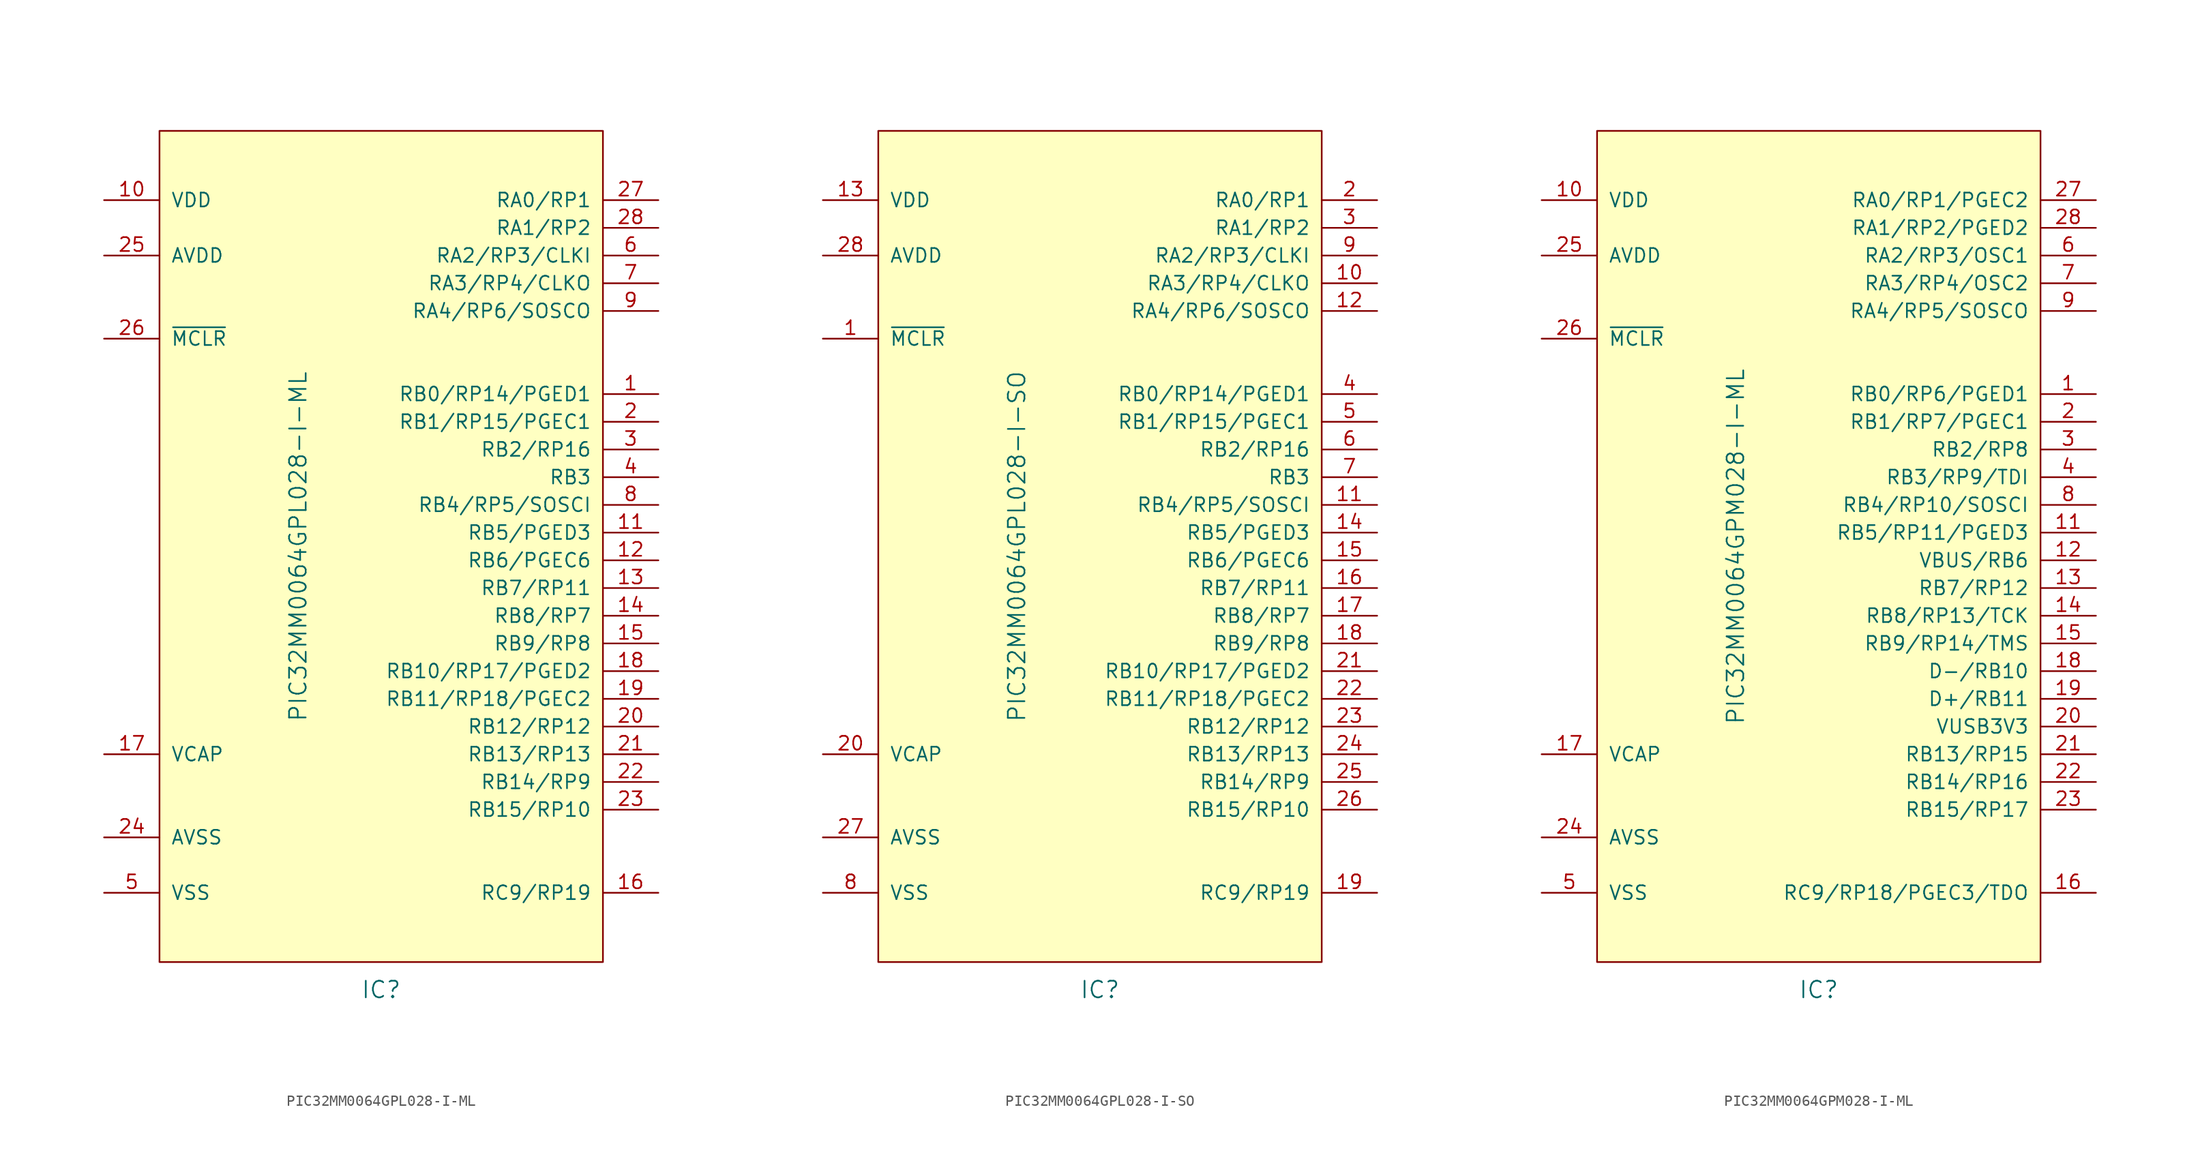
<source format=kicad_sym>
(kicad_symbol_lib
  (version 20220914)
  (generator kicad_symbol_editor)
  (symbol "PIC32MM0064GPL028-I-ML"
    (pin_names
      (offset 1.016))
    (property "Reference" "IC"
      (at 0 -40.64 0)
      (effects (font (size 1.524 1.524))))
    (property "Value" "PIC32MM0064GPL028-I-ML"
      (at -7.62 0 90)
      (effects (font (size 1.524 1.524))))
    (symbol "PIC32MM0064GPL028-I-ML_0_1"
      (rectangle (start -20.32 38.1) (end 20.32 -38.1) (stroke (width 0) (type solid)) (fill (type background))))
    (symbol "PIC32MM0064GPL028-I-ML_1_1"
      (pin output line (at 25.4 13.97 180) (length 5.08) (name "RB0/RP14/PGED1" (effects (font (size 1.27 1.27)))) (number "1" (effects (font (size 1.27 1.27)))))
      (pin power_in line (at -25.4 31.75 0) (length 5.08) (name "VDD" (effects (font (size 1.27 1.27)))) (number "10" (effects (font (size 1.27 1.27)))))
      (pin output line (at 25.4 1.27 180) (length 5.08) (name "RB5/PGED3" (effects (font (size 1.27 1.27)))) (number "11" (effects (font (size 1.27 1.27)))))
      (pin output line (at 25.4 -1.27 180) (length 5.08) (name "RB6/PGEC6" (effects (font (size 1.27 1.27)))) (number "12" (effects (font (size 1.27 1.27)))))
      (pin output line (at 25.4 -3.81 180) (length 5.08) (name "RB7/RP11" (effects (font (size 1.27 1.27)))) (number "13" (effects (font (size 1.27 1.27)))))
      (pin output line (at 25.4 -6.35 180) (length 5.08) (name "RB8/RP7" (effects (font (size 1.27 1.27)))) (number "14" (effects (font (size 1.27 1.27)))))
      (pin output line (at 25.4 -8.89 180) (length 5.08) (name "RB9/RP8" (effects (font (size 1.27 1.27)))) (number "15" (effects (font (size 1.27 1.27)))))
      (pin output line (at 25.4 -31.75 180) (length 5.08) (name "RC9/RP19" (effects (font (size 1.27 1.27)))) (number "16" (effects (font (size 1.27 1.27)))))
      (pin power_out line (at -25.4 -19.05 0) (length 5.08) (name "VCAP" (effects (font (size 1.27 1.27)))) (number "17" (effects (font (size 1.27 1.27)))))
      (pin output line (at 25.4 -11.43 180) (length 5.08) (name "RB10/RP17/PGED2" (effects (font (size 1.27 1.27)))) (number "18" (effects (font (size 1.27 1.27)))))
      (pin output line (at 25.4 -13.97 180) (length 5.08) (name "RB11/RP18/PGEC2" (effects (font (size 1.27 1.27)))) (number "19" (effects (font (size 1.27 1.27)))))
      (pin output line (at 25.4 11.43 180) (length 5.08) (name "RB1/RP15/PGEC1" (effects (font (size 1.27 1.27)))) (number "2" (effects (font (size 1.27 1.27)))))
      (pin output line (at 25.4 -16.51 180) (length 5.08) (name "RB12/RP12" (effects (font (size 1.27 1.27)))) (number "20" (effects (font (size 1.27 1.27)))))
      (pin output line (at 25.4 -19.05 180) (length 5.08) (name "RB13/RP13" (effects (font (size 1.27 1.27)))) (number "21" (effects (font (size 1.27 1.27)))))
      (pin output line (at 25.4 -21.59 180) (length 5.08) (name "RB14/RP9" (effects (font (size 1.27 1.27)))) (number "22" (effects (font (size 1.27 1.27)))))
      (pin output line (at 25.4 -24.13 180) (length 5.08) (name "RB15/RP10" (effects (font (size 1.27 1.27)))) (number "23" (effects (font (size 1.27 1.27)))))
      (pin power_out line (at -25.4 -26.67 0) (length 5.08) (name "AVSS" (effects (font (size 1.27 1.27)))) (number "24" (effects (font (size 1.27 1.27)))))
      (pin power_in line (at -25.4 26.67 0) (length 5.08) (name "AVDD" (effects (font (size 1.27 1.27)))) (number "25" (effects (font (size 1.27 1.27)))))
      (pin input line (at -25.4 19.05 0) (length 5.08) (name "~{MCLR}" (effects (font (size 1.27 1.27)))) (number "26" (effects (font (size 1.27 1.27)))))
      (pin output line (at 25.4 31.75 180) (length 5.08) (name "RA0/RP1" (effects (font (size 1.27 1.27)))) (number "27" (effects (font (size 1.27 1.27)))))
      (pin output line (at 25.4 29.21 180) (length 5.08) (name "RA1/RP2" (effects (font (size 1.27 1.27)))) (number "28" (effects (font (size 1.27 1.27)))))
      (pin output line (at 25.4 8.89 180) (length 5.08) (name "RB2/RP16" (effects (font (size 1.27 1.27)))) (number "3" (effects (font (size 1.27 1.27)))))
      (pin output line (at 25.4 6.35 180) (length 5.08) (name "RB3" (effects (font (size 1.27 1.27)))) (number "4" (effects (font (size 1.27 1.27)))))
      (pin power_out line (at -25.4 -31.75 0) (length 5.08) (name "VSS" (effects (font (size 1.27 1.27)))) (number "5" (effects (font (size 1.27 1.27)))))
      (pin output line (at 25.4 26.67 180) (length 5.08) (name "RA2/RP3/CLKI" (effects (font (size 1.27 1.27)))) (number "6" (effects (font (size 1.27 1.27)))))
      (pin output line (at 25.4 24.13 180) (length 5.08) (name "RA3/RP4/CLKO" (effects (font (size 1.27 1.27)))) (number "7" (effects (font (size 1.27 1.27)))))
      (pin output line (at 25.4 3.81 180) (length 5.08) (name "RB4/RP5/SOSCI" (effects (font (size 1.27 1.27)))) (number "8" (effects (font (size 1.27 1.27)))))
      (pin output line (at 25.4 21.59 180) (length 5.08) (name "RA4/RP6/SOSCO" (effects (font (size 1.27 1.27)))) (number "9" (effects (font (size 1.27 1.27)))))))
  (symbol "PIC32MM0064GPL028-I-SO"
    (pin_names
      (offset 1.016))
    (property "Reference" "IC"
      (at 0 -40.64 0)
      (effects (font (size 1.524 1.524))))
    (property "Value" "PIC32MM0064GPL028-I-SO"
      (at -7.62 0 90)
      (effects (font (size 1.524 1.524))))
    (symbol "PIC32MM0064GPL028-I-SO_0_1"
      (rectangle (start -20.32 38.1) (end 20.32 -38.1) (stroke (width 0) (type solid)) (fill (type background))))
    (symbol "PIC32MM0064GPL028-I-SO_1_1"
      (pin input line (at -25.4 19.05 0) (length 5.08) (name "~{MCLR}" (effects (font (size 1.27 1.27)))) (number "1" (effects (font (size 1.27 1.27)))))
      (pin output line (at 25.4 24.13 180) (length 5.08) (name "RA3/RP4/CLKO" (effects (font (size 1.27 1.27)))) (number "10" (effects (font (size 1.27 1.27)))))
      (pin output line (at 25.4 3.81 180) (length 5.08) (name "RB4/RP5/SOSCI" (effects (font (size 1.27 1.27)))) (number "11" (effects (font (size 1.27 1.27)))))
      (pin output line (at 25.4 21.59 180) (length 5.08) (name "RA4/RP6/SOSCO" (effects (font (size 1.27 1.27)))) (number "12" (effects (font (size 1.27 1.27)))))
      (pin power_in line (at -25.4 31.75 0) (length 5.08) (name "VDD" (effects (font (size 1.27 1.27)))) (number "13" (effects (font (size 1.27 1.27)))))
      (pin output line (at 25.4 1.27 180) (length 5.08) (name "RB5/PGED3" (effects (font (size 1.27 1.27)))) (number "14" (effects (font (size 1.27 1.27)))))
      (pin output line (at 25.4 -1.27 180) (length 5.08) (name "RB6/PGEC6" (effects (font (size 1.27 1.27)))) (number "15" (effects (font (size 1.27 1.27)))))
      (pin output line (at 25.4 -3.81 180) (length 5.08) (name "RB7/RP11" (effects (font (size 1.27 1.27)))) (number "16" (effects (font (size 1.27 1.27)))))
      (pin output line (at 25.4 -6.35 180) (length 5.08) (name "RB8/RP7" (effects (font (size 1.27 1.27)))) (number "17" (effects (font (size 1.27 1.27)))))
      (pin output line (at 25.4 -8.89 180) (length 5.08) (name "RB9/RP8" (effects (font (size 1.27 1.27)))) (number "18" (effects (font (size 1.27 1.27)))))
      (pin output line (at 25.4 -31.75 180) (length 5.08) (name "RC9/RP19" (effects (font (size 1.27 1.27)))) (number "19" (effects (font (size 1.27 1.27)))))
      (pin output line (at 25.4 31.75 180) (length 5.08) (name "RA0/RP1" (effects (font (size 1.27 1.27)))) (number "2" (effects (font (size 1.27 1.27)))))
      (pin power_out line (at -25.4 -19.05 0) (length 5.08) (name "VCAP" (effects (font (size 1.27 1.27)))) (number "20" (effects (font (size 1.27 1.27)))))
      (pin output line (at 25.4 -11.43 180) (length 5.08) (name "RB10/RP17/PGED2" (effects (font (size 1.27 1.27)))) (number "21" (effects (font (size 1.27 1.27)))))
      (pin output line (at 25.4 -13.97 180) (length 5.08) (name "RB11/RP18/PGEC2" (effects (font (size 1.27 1.27)))) (number "22" (effects (font (size 1.27 1.27)))))
      (pin output line (at 25.4 -16.51 180) (length 5.08) (name "RB12/RP12" (effects (font (size 1.27 1.27)))) (number "23" (effects (font (size 1.27 1.27)))))
      (pin output line (at 25.4 -19.05 180) (length 5.08) (name "RB13/RP13" (effects (font (size 1.27 1.27)))) (number "24" (effects (font (size 1.27 1.27)))))
      (pin output line (at 25.4 -21.59 180) (length 5.08) (name "RB14/RP9" (effects (font (size 1.27 1.27)))) (number "25" (effects (font (size 1.27 1.27)))))
      (pin output line (at 25.4 -24.13 180) (length 5.08) (name "RB15/RP10" (effects (font (size 1.27 1.27)))) (number "26" (effects (font (size 1.27 1.27)))))
      (pin power_out line (at -25.4 -26.67 0) (length 5.08) (name "AVSS" (effects (font (size 1.27 1.27)))) (number "27" (effects (font (size 1.27 1.27)))))
      (pin power_in line (at -25.4 26.67 0) (length 5.08) (name "AVDD" (effects (font (size 1.27 1.27)))) (number "28" (effects (font (size 1.27 1.27)))))
      (pin output line (at 25.4 29.21 180) (length 5.08) (name "RA1/RP2" (effects (font (size 1.27 1.27)))) (number "3" (effects (font (size 1.27 1.27)))))
      (pin output line (at 25.4 13.97 180) (length 5.08) (name "RB0/RP14/PGED1" (effects (font (size 1.27 1.27)))) (number "4" (effects (font (size 1.27 1.27)))))
      (pin output line (at 25.4 11.43 180) (length 5.08) (name "RB1/RP15/PGEC1" (effects (font (size 1.27 1.27)))) (number "5" (effects (font (size 1.27 1.27)))))
      (pin output line (at 25.4 8.89 180) (length 5.08) (name "RB2/RP16" (effects (font (size 1.27 1.27)))) (number "6" (effects (font (size 1.27 1.27)))))
      (pin output line (at 25.4 6.35 180) (length 5.08) (name "RB3" (effects (font (size 1.27 1.27)))) (number "7" (effects (font (size 1.27 1.27)))))
      (pin power_out line (at -25.4 -31.75 0) (length 5.08) (name "VSS" (effects (font (size 1.27 1.27)))) (number "8" (effects (font (size 1.27 1.27)))))
      (pin output line (at 25.4 26.67 180) (length 5.08) (name "RA2/RP3/CLKI" (effects (font (size 1.27 1.27)))) (number "9" (effects (font (size 1.27 1.27)))))))
  (symbol "PIC32MM0064GPM028-I-ML"
    (pin_names
      (offset 1.016))
    (property "Reference" "IC"
      (at 0 -40.64 0)
      (effects (font (size 1.524 1.524))))
    (property "Value" "PIC32MM0064GPM028-I-ML"
      (at -7.62 0 90)
      (effects (font (size 1.524 1.524))))
    (symbol "PIC32MM0064GPM028-I-ML_0_1"
      (rectangle (start -20.32 38.1) (end 20.32 -38.1) (stroke (width 0) (type solid)) (fill (type background))))
    (symbol "PIC32MM0064GPM028-I-ML_1_1"
      (pin output line (at 25.4 13.97 180) (length 5.08) (name "RB0/RP6/PGED1" (effects (font (size 1.27 1.27)))) (number "1" (effects (font (size 1.27 1.27)))))
      (pin power_in line (at -25.4 31.75 0) (length 5.08) (name "VDD" (effects (font (size 1.27 1.27)))) (number "10" (effects (font (size 1.27 1.27)))))
      (pin output line (at 25.4 1.27 180) (length 5.08) (name "RB5/RP11/PGED3" (effects (font (size 1.27 1.27)))) (number "11" (effects (font (size 1.27 1.27)))))
      (pin output line (at 25.4 -1.27 180) (length 5.08) (name "VBUS/RB6" (effects (font (size 1.27 1.27)))) (number "12" (effects (font (size 1.27 1.27)))))
      (pin output line (at 25.4 -3.81 180) (length 5.08) (name "RB7/RP12" (effects (font (size 1.27 1.27)))) (number "13" (effects (font (size 1.27 1.27)))))
      (pin output line (at 25.4 -6.35 180) (length 5.08) (name "RB8/RP13/TCK" (effects (font (size 1.27 1.27)))) (number "14" (effects (font (size 1.27 1.27)))))
      (pin output line (at 25.4 -8.89 180) (length 5.08) (name "RB9/RP14/TMS" (effects (font (size 1.27 1.27)))) (number "15" (effects (font (size 1.27 1.27)))))
      (pin output line (at 25.4 -31.75 180) (length 5.08) (name "RC9/RP18/PGEC3/TDO" (effects (font (size 1.27 1.27)))) (number "16" (effects (font (size 1.27 1.27)))))
      (pin power_out line (at -25.4 -19.05 0) (length 5.08) (name "VCAP" (effects (font (size 1.27 1.27)))) (number "17" (effects (font (size 1.27 1.27)))))
      (pin output line (at 25.4 -11.43 180) (length 5.08) (name "D-/RB10" (effects (font (size 1.27 1.27)))) (number "18" (effects (font (size 1.27 1.27)))))
      (pin output line (at 25.4 -13.97 180) (length 5.08) (name "D+/RB11" (effects (font (size 1.27 1.27)))) (number "19" (effects (font (size 1.27 1.27)))))
      (pin output line (at 25.4 11.43 180) (length 5.08) (name "RB1/RP7/PGEC1" (effects (font (size 1.27 1.27)))) (number "2" (effects (font (size 1.27 1.27)))))
      (pin output line (at 25.4 -16.51 180) (length 5.08) (name "VUSB3V3" (effects (font (size 1.27 1.27)))) (number "20" (effects (font (size 1.27 1.27)))))
      (pin output line (at 25.4 -19.05 180) (length 5.08) (name "RB13/RP15" (effects (font (size 1.27 1.27)))) (number "21" (effects (font (size 1.27 1.27)))))
      (pin output line (at 25.4 -21.59 180) (length 5.08) (name "RB14/RP16" (effects (font (size 1.27 1.27)))) (number "22" (effects (font (size 1.27 1.27)))))
      (pin output line (at 25.4 -24.13 180) (length 5.08) (name "RB15/RP17" (effects (font (size 1.27 1.27)))) (number "23" (effects (font (size 1.27 1.27)))))
      (pin power_out line (at -25.4 -26.67 0) (length 5.08) (name "AVSS" (effects (font (size 1.27 1.27)))) (number "24" (effects (font (size 1.27 1.27)))))
      (pin power_in line (at -25.4 26.67 0) (length 5.08) (name "AVDD" (effects (font (size 1.27 1.27)))) (number "25" (effects (font (size 1.27 1.27)))))
      (pin input line (at -25.4 19.05 0) (length 5.08) (name "~{MCLR}" (effects (font (size 1.27 1.27)))) (number "26" (effects (font (size 1.27 1.27)))))
      (pin output line (at 25.4 31.75 180) (length 5.08) (name "RA0/RP1/PGEC2" (effects (font (size 1.27 1.27)))) (number "27" (effects (font (size 1.27 1.27)))))
      (pin output line (at 25.4 29.21 180) (length 5.08) (name "RA1/RP2/PGED2" (effects (font (size 1.27 1.27)))) (number "28" (effects (font (size 1.27 1.27)))))
      (pin output line (at 25.4 8.89 180) (length 5.08) (name "RB2/RP8" (effects (font (size 1.27 1.27)))) (number "3" (effects (font (size 1.27 1.27)))))
      (pin output line (at 25.4 6.35 180) (length 5.08) (name "RB3/RP9/TDI" (effects (font (size 1.27 1.27)))) (number "4" (effects (font (size 1.27 1.27)))))
      (pin power_out line (at -25.4 -31.75 0) (length 5.08) (name "VSS" (effects (font (size 1.27 1.27)))) (number "5" (effects (font (size 1.27 1.27)))))
      (pin output line (at 25.4 26.67 180) (length 5.08) (name "RA2/RP3/OSC1" (effects (font (size 1.27 1.27)))) (number "6" (effects (font (size 1.27 1.27)))))
      (pin output line (at 25.4 24.13 180) (length 5.08) (name "RA3/RP4/OSC2" (effects (font (size 1.27 1.27)))) (number "7" (effects (font (size 1.27 1.27)))))
      (pin output line (at 25.4 3.81 180) (length 5.08) (name "RB4/RP10/SOSCI" (effects (font (size 1.27 1.27)))) (number "8" (effects (font (size 1.27 1.27)))))
      (pin output line (at 25.4 21.59 180) (length 5.08) (name "RA4/RP5/SOSCO" (effects (font (size 1.27 1.27)))) (number "9" (effects (font (size 1.27 1.27))))))))
</source>
